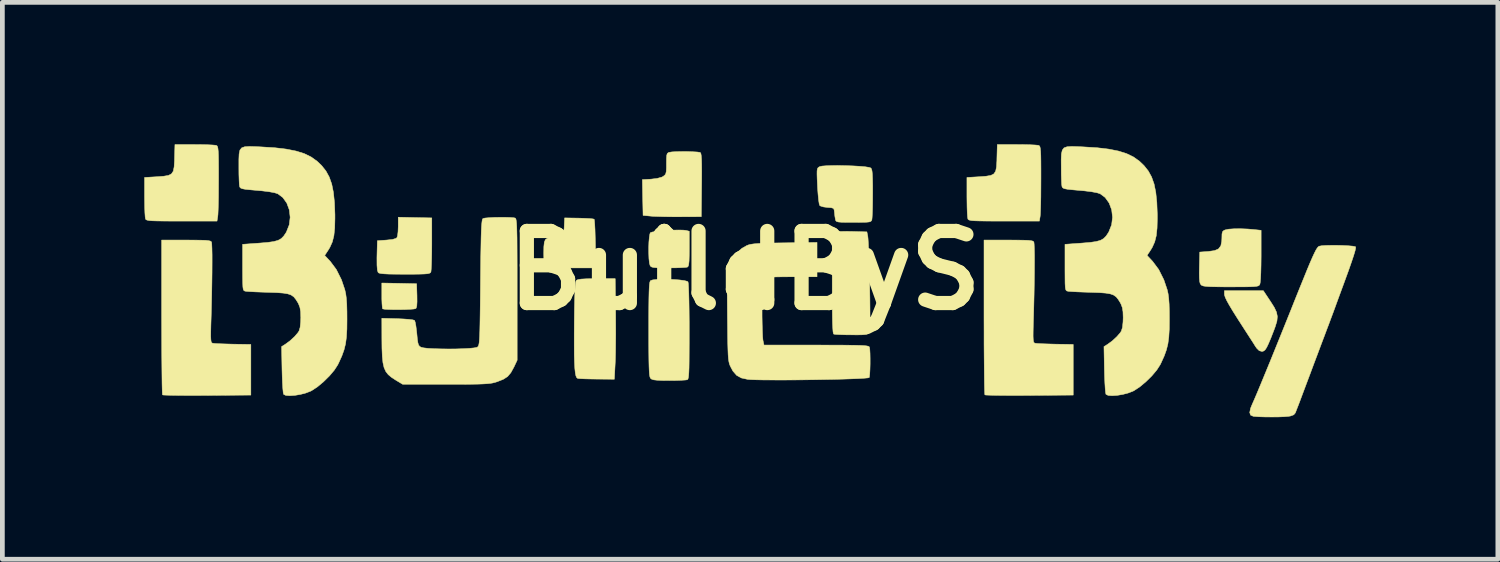
<source format=kicad_pcb>
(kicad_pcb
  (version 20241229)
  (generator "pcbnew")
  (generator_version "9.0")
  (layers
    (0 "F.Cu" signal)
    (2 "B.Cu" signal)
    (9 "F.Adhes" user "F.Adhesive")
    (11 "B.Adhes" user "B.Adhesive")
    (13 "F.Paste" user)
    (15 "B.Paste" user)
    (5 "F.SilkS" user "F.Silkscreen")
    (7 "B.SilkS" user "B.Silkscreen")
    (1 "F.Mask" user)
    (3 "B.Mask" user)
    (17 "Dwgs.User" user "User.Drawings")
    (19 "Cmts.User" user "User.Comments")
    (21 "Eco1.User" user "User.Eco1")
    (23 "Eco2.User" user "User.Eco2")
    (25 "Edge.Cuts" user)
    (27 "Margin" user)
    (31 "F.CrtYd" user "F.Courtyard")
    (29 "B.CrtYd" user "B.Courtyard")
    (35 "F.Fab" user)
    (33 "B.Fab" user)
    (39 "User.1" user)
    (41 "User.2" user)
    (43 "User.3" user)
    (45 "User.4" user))
  (footprint "BuildByS"
    (layer "F.Cu")
    (at 12.692 2.665)
    (property "Reference" "BuildByS" (at 0 0 0) (layer "F.SilkS") (effects (font (size 1.524 1.524) (thickness 0.3))))
    (attr through_hole)
    (fp_poly (pts (xy -7.306 0.273) (xy -6.938 0.281) (xy -6.93 0.533) (xy -6.929 0.664) (xy -6.934 0.749) (xy -6.947 0.795) (xy -6.957 0.806) (xy -6.996 0.815) (xy -7.074 0.821) (xy -7.179 0.826) (xy -7.297 0.828) (xy -7.416 0.828) (xy -7.524 0.825) (xy -7.606 0.821) (xy -7.652 0.813) (xy -7.656 0.811) (xy -7.663 0.778) (xy -7.669 0.704) (xy -7.673 0.602) (xy -7.673 0.53) (xy -7.673 0.266) (xy -7.306 0.273)) (stroke (width 0.01) (type solid)) (fill yes) (layer "F.SilkS"))
    (fp_poly (pts (xy 11.106 0.654) (xy 11.186 0.78) (xy 11.234 0.882) (xy 11.252 0.973) (xy 11.243 1.071) (xy 11.206 1.191) (xy 11.175 1.275) (xy 11.113 1.434) (xy 11.064 1.549) (xy 11.026 1.628) (xy 10.994 1.677) (xy 10.964 1.702) (xy 10.933 1.711) (xy 10.923 1.711) (xy 10.869 1.696) (xy 10.816 1.644) (xy 10.784 1.598) (xy 10.74 1.527) (xy 10.675 1.427) (xy 10.601 1.312) (xy 10.548 1.23) (xy 10.418 1.028) (xy 10.316 0.866) (xy 10.239 0.738) (xy 10.185 0.641) (xy 10.151 0.569) (xy 10.135 0.519) (xy 10.133 0.499) (xy 10.133 0.428) (xy 10.956 0.428) (xy 11.106 0.654)) (stroke (width 0.01) (type solid)) (fill yes) (layer "F.SilkS"))
    (fp_poly (pts (xy -3.506 -1.105) (xy -3.384 -1.101) (xy -3.282 -1.096) (xy -3.212 -1.089) (xy -3.186 -1.082) (xy -3.18 -1.051) (xy -3.174 -0.976) (xy -3.168 -0.864) (xy -3.164 -0.724) (xy -3.16 -0.565) (xy -3.16 -0.559) (xy -3.152 -0.053) (xy -3.684 -0.053) (xy -3.847 -0.054) (xy -3.992 -0.057) (xy -4.11 -0.06) (xy -4.193 -0.065) (xy -4.232 -0.07) (xy -4.233 -0.071) (xy -4.241 -0.104) (xy -4.247 -0.178) (xy -4.25 -0.281) (xy -4.251 -0.364) (xy -4.249 -0.502) (xy -4.239 -0.595) (xy -4.216 -0.652) (xy -4.173 -0.682) (xy -4.105 -0.694) (xy -4.031 -0.695) (xy -3.933 -0.702) (xy -3.871 -0.731) (xy -3.836 -0.789) (xy -3.82 -0.888) (xy -3.818 -0.936) (xy -3.81 -1.11) (xy -3.506 -1.105)) (stroke (width 0.01) (type solid)) (fill yes) (layer "F.SilkS"))
    (fp_poly (pts (xy -1.302 -0.852) (xy -1.247 -0.846) (xy -1.176 -0.828) (xy -1.176 -0.457) (xy -1.177 -0.306) (xy -1.18 -0.2) (xy -1.187 -0.132) (xy -1.197 -0.092) (xy -1.212 -0.073) (xy -1.219 -0.07) (xy -1.26 -0.064) (xy -1.344 -0.059) (xy -1.458 -0.055) (xy -1.592 -0.054) (xy -1.619 -0.053) (xy -1.764 -0.054) (xy -1.866 -0.057) (xy -1.932 -0.063) (xy -1.971 -0.073) (xy -1.994 -0.089) (xy -2.004 -0.105) (xy -2.018 -0.158) (xy -2.028 -0.248) (xy -2.032 -0.359) (xy -2.033 -0.481) (xy -2.029 -0.599) (xy -2.02 -0.7) (xy -2.008 -0.772) (xy -1.996 -0.799) (xy -1.955 -0.812) (xy -1.874 -0.825) (xy -1.765 -0.836) (xy -1.64 -0.845) (xy -1.513 -0.852) (xy -1.396 -0.854) (xy -1.302 -0.852)) (stroke (width 0.01) (type solid)) (fill yes) (layer "F.SilkS"))
    (fp_poly (pts (xy -6.972 -1.117) (xy -6.617 -1.11) (xy -6.617 -0.561) (xy -6.618 -0.393) (xy -6.621 -0.241) (xy -6.625 -0.114) (xy -6.63 -0.021) (xy -6.635 0.029) (xy -6.637 0.033) (xy -6.647 0.049) (xy -6.67 0.061) (xy -6.711 0.07) (xy -6.777 0.075) (xy -6.876 0.078) (xy -7.015 0.08) (xy -7.188 0.08) (xy -7.379 0.079) (xy -7.522 0.077) (xy -7.625 0.072) (xy -7.693 0.065) (xy -7.734 0.055) (xy -7.751 0.043) (xy -7.767 -0.006) (xy -7.775 -0.108) (xy -7.776 -0.263) (xy -7.775 -0.311) (xy -7.767 -0.628) (xy -7.572 -0.642) (xy -7.448 -0.655) (xy -7.375 -0.677) (xy -7.352 -0.695) (xy -7.339 -0.741) (xy -7.33 -0.822) (xy -7.326 -0.923) (xy -7.326 -0.93) (xy -7.326 -1.125) (xy -6.972 -1.117)) (stroke (width 0.01) (type solid)) (fill yes) (layer "F.SilkS"))
    (fp_poly (pts (xy -2.732 0.909) (xy -2.731 1.123) (xy -2.73 1.34) (xy -2.732 1.546) (xy -2.734 1.731) (xy -2.738 1.883) (xy -2.742 1.972) (xy -2.759 2.299) (xy -3.124 2.296) (xy -3.262 2.294) (xy -3.383 2.291) (xy -3.475 2.287) (xy -3.528 2.282) (xy -3.534 2.281) (xy -3.554 2.266) (xy -3.571 2.229) (xy -3.584 2.166) (xy -3.594 2.074) (xy -3.601 1.948) (xy -3.606 1.784) (xy -3.607 1.578) (xy -3.607 1.327) (xy -3.605 1.064) (xy -3.602 0.818) (xy -3.598 0.621) (xy -3.593 0.468) (xy -3.587 0.354) (xy -3.58 0.276) (xy -3.571 0.229) (xy -3.561 0.209) (xy -3.529 0.194) (xy -3.463 0.183) (xy -3.356 0.177) (xy -3.205 0.174) (xy -3.134 0.174) (xy -2.741 0.174) (xy -2.732 0.909)) (stroke (width 0.01) (type solid)) (fill yes) (layer "F.SilkS"))
    (fp_poly (pts (xy -1.215 -2.512) (xy -1.103 -2.508) (xy -1.011 -2.503) (xy -0.953 -2.495) (xy -0.942 -2.491) (xy -0.931 -2.472) (xy -0.923 -2.427) (xy -0.917 -2.351) (xy -0.914 -2.239) (xy -0.913 -2.085) (xy -0.914 -1.885) (xy -0.915 -1.803) (xy -0.922 -1.136) (xy -1.364 -1.134) (xy -1.528 -1.134) (xy -1.688 -1.136) (xy -1.83 -1.14) (xy -1.94 -1.144) (xy -1.979 -1.147) (xy -2.152 -1.163) (xy -2.16 -1.541) (xy -2.167 -1.919) (xy -1.984 -1.929) (xy -1.853 -1.945) (xy -1.756 -1.972) (xy -1.729 -1.986) (xy -1.694 -2.013) (xy -1.673 -2.043) (xy -1.662 -2.092) (xy -1.658 -2.171) (xy -1.658 -2.257) (xy -1.657 -2.366) (xy -1.652 -2.434) (xy -1.64 -2.471) (xy -1.619 -2.489) (xy -1.598 -2.496) (xy -1.54 -2.505) (xy -1.448 -2.51) (xy -1.335 -2.512) (xy -1.215 -2.512)) (stroke (width 0.01) (type solid)) (fill yes) (layer "F.SilkS"))
    (fp_poly (pts (xy 2.272 -0.823) (xy 2.578 -0.815) (xy 2.597 -0.722) (xy 2.602 -0.674) (xy 2.608 -0.579) (xy 2.614 -0.444) (xy 2.62 -0.277) (xy 2.626 -0.083) (xy 2.632 0.129) (xy 2.636 0.309) (xy 2.641 0.578) (xy 2.643 0.799) (xy 2.644 0.974) (xy 2.643 1.108) (xy 2.639 1.204) (xy 2.633 1.268) (xy 2.624 1.302) (xy 2.623 1.305) (xy 2.607 1.329) (xy 2.584 1.345) (xy 2.544 1.355) (xy 2.478 1.36) (xy 2.377 1.362) (xy 2.252 1.361) (xy 2.12 1.36) (xy 2.007 1.356) (xy 1.923 1.352) (xy 1.88 1.346) (xy 1.878 1.346) (xy 1.869 1.331) (xy 1.862 1.291) (xy 1.857 1.222) (xy 1.852 1.119) (xy 1.849 0.98) (xy 1.847 0.8) (xy 1.845 0.575) (xy 1.845 0.301) (xy 1.845 0.266) (xy 1.845 -0.801) (xy 1.905 -0.816) (xy 1.955 -0.821) (xy 2.045 -0.824) (xy 2.162 -0.825) (xy 2.272 -0.823)) (stroke (width 0.01) (type solid)) (fill yes) (layer "F.SilkS"))
    (fp_poly (pts (xy 10.63 -0.875) (xy 10.744 -0.865) (xy 10.909 -0.848) (xy 10.909 -0.302) (xy 10.907 -0.113) (xy 10.903 0.048) (xy 10.897 0.175) (xy 10.889 0.26) (xy 10.881 0.296) (xy 10.869 0.313) (xy 10.849 0.326) (xy 10.815 0.335) (xy 10.758 0.341) (xy 10.673 0.345) (xy 10.553 0.347) (xy 10.39 0.347) (xy 10.268 0.348) (xy 10.072 0.347) (xy 9.923 0.345) (xy 9.813 0.342) (xy 9.737 0.336) (xy 9.686 0.328) (xy 9.655 0.316) (xy 9.64 0.305) (xy 9.621 0.277) (xy 9.61 0.233) (xy 9.604 0.163) (xy 9.602 0.057) (xy 9.604 -0.063) (xy 9.612 -0.388) (xy 9.795 -0.401) (xy 9.924 -0.419) (xy 10.008 -0.455) (xy 10.057 -0.519) (xy 10.077 -0.617) (xy 10.08 -0.685) (xy 10.082 -0.771) (xy 10.094 -0.819) (xy 10.122 -0.845) (xy 10.148 -0.856) (xy 10.222 -0.872) (xy 10.336 -0.88) (xy 10.477 -0.881) (xy 10.63 -0.875)) (stroke (width 0.01) (type solid)) (fill yes) (layer "F.SilkS"))
    (fp_poly (pts (xy -11.484 -2.659) (xy -11.354 -2.656) (xy -11.251 -2.651) (xy -11.185 -2.645) (xy -11.169 -2.641) (xy -11.155 -2.632) (xy -11.144 -2.612) (xy -11.136 -2.576) (xy -11.13 -2.517) (xy -11.126 -2.43) (xy -11.124 -2.309) (xy -11.123 -2.146) (xy -11.123 -1.935) (xy -11.123 -1.933) (xy -11.124 -1.74) (xy -11.125 -1.56) (xy -11.128 -1.402) (xy -11.132 -1.273) (xy -11.136 -1.182) (xy -11.14 -1.143) (xy -11.156 -1.043) (xy -11.902 -1.043) (xy -12.122 -1.043) (xy -12.295 -1.044) (xy -12.426 -1.046) (xy -12.521 -1.049) (xy -12.587 -1.054) (xy -12.629 -1.062) (xy -12.653 -1.071) (xy -12.665 -1.084) (xy -12.667 -1.09) (xy -12.674 -1.132) (xy -12.68 -1.217) (xy -12.684 -1.334) (xy -12.686 -1.474) (xy -12.687 -1.551) (xy -12.687 -1.965) (xy -12.427 -1.98) (xy -12.283 -1.991) (xy -12.182 -2.008) (xy -12.118 -2.041) (xy -12.08 -2.098) (xy -12.062 -2.188) (xy -12.054 -2.319) (xy -12.053 -2.376) (xy -12.045 -2.66) (xy -11.631 -2.66) (xy -11.484 -2.659)) (stroke (width 0.01) (type solid)) (fill yes) (layer "F.SilkS"))
    (fp_poly (pts (xy 5.895 -2.659) (xy 6.025 -2.656) (xy 6.128 -2.651) (xy 6.194 -2.645) (xy 6.21 -2.641) (xy 6.224 -2.632) (xy 6.235 -2.612) (xy 6.243 -2.576) (xy 6.249 -2.517) (xy 6.253 -2.43) (xy 6.255 -2.309) (xy 6.256 -2.146) (xy 6.256 -1.935) (xy 6.256 -1.933) (xy 6.255 -1.74) (xy 6.254 -1.56) (xy 6.251 -1.402) (xy 6.247 -1.273) (xy 6.243 -1.182) (xy 6.239 -1.143) (xy 6.223 -1.043) (xy 5.477 -1.043) (xy 5.257 -1.043) (xy 5.084 -1.044) (xy 4.953 -1.046) (xy 4.858 -1.049) (xy 4.792 -1.054) (xy 4.75 -1.062) (xy 4.726 -1.071) (xy 4.714 -1.084) (xy 4.712 -1.09) (xy 4.705 -1.132) (xy 4.699 -1.217) (xy 4.695 -1.334) (xy 4.693 -1.474) (xy 4.692 -1.551) (xy 4.692 -1.965) (xy 4.952 -1.98) (xy 5.096 -1.991) (xy 5.197 -2.008) (xy 5.261 -2.041) (xy 5.299 -2.098) (xy 5.317 -2.188) (xy 5.325 -2.319) (xy 5.326 -2.376) (xy 5.334 -2.66) (xy 5.748 -2.66) (xy 5.895 -2.659)) (stroke (width 0.01) (type solid)) (fill yes) (layer "F.SilkS"))
    (fp_poly (pts (xy 5.753 -0.641) (xy 5.888 -0.639) (xy 5.984 -0.636) (xy 6.047 -0.629) (xy 6.084 -0.62) (xy 6.102 -0.607) (xy 6.107 -0.599) (xy 6.112 -0.556) (xy 6.116 -0.465) (xy 6.119 -0.332) (xy 6.119 -0.162) (xy 6.118 0.039) (xy 6.115 0.264) (xy 6.111 0.51) (xy 6.105 0.769) (xy 6.1 0.957) (xy 6.094 1.145) (xy 6.091 1.287) (xy 6.09 1.389) (xy 6.093 1.457) (xy 6.098 1.5) (xy 6.108 1.524) (xy 6.122 1.535) (xy 6.136 1.539) (xy 6.182 1.544) (xy 6.269 1.549) (xy 6.387 1.553) (xy 6.524 1.557) (xy 6.564 1.558) (xy 6.938 1.564) (xy 6.938 2.634) (xy 6.014 2.641) (xy 5.797 2.642) (xy 5.597 2.642) (xy 5.42 2.641) (xy 5.273 2.639) (xy 5.161 2.636) (xy 5.092 2.633) (xy 5.071 2.629) (xy 5.068 2.6) (xy 5.065 2.522) (xy 5.062 2.4) (xy 5.06 2.238) (xy 5.058 2.042) (xy 5.056 1.815) (xy 5.054 1.562) (xy 5.054 1.289) (xy 5.053 1) (xy 5.053 -0.642) (xy 5.572 -0.642) (xy 5.753 -0.641)) (stroke (width 0.01) (type solid)) (fill yes) (layer "F.SilkS"))
    (fp_poly (pts (xy -11.626 -0.641) (xy -11.491 -0.639) (xy -11.395 -0.636) (xy -11.332 -0.629) (xy -11.295 -0.62) (xy -11.277 -0.607) (xy -11.272 -0.599) (xy -11.267 -0.556) (xy -11.263 -0.465) (xy -11.26 -0.332) (xy -11.26 -0.162) (xy -11.261 0.039) (xy -11.264 0.264) (xy -11.268 0.51) (xy -11.274 0.769) (xy -11.279 0.957) (xy -11.285 1.145) (xy -11.288 1.287) (xy -11.289 1.389) (xy -11.286 1.457) (xy -11.281 1.5) (xy -11.271 1.524) (xy -11.257 1.535) (xy -11.243 1.539) (xy -11.197 1.544) (xy -11.11 1.549) (xy -10.992 1.553) (xy -10.855 1.557) (xy -10.815 1.558) (xy -10.441 1.564) (xy -10.441 2.634) (xy -11.365 2.641) (xy -11.582 2.642) (xy -11.782 2.642) (xy -11.959 2.641) (xy -12.106 2.639) (xy -12.218 2.636) (xy -12.287 2.633) (xy -12.308 2.629) (xy -12.311 2.6) (xy -12.314 2.522) (xy -12.317 2.4) (xy -12.319 2.238) (xy -12.321 2.042) (xy -12.323 1.815) (xy -12.324 1.562) (xy -12.325 1.289) (xy -12.326 1) (xy -12.326 0.985) (xy -12.326 -0.642) (xy -11.807 -0.642) (xy -11.626 -0.641)) (stroke (width 0.01) (type solid)) (fill yes) (layer "F.SilkS"))
    (fp_poly (pts (xy -1.627 0.187) (xy -1.499 0.192) (xy -1.38 0.201) (xy -1.283 0.214) (xy -1.22 0.23) (xy -1.203 0.241) (xy -1.196 0.277) (xy -1.191 0.362) (xy -1.186 0.49) (xy -1.182 0.656) (xy -1.179 0.857) (xy -1.177 1.085) (xy -1.177 1.287) (xy -1.177 1.548) (xy -1.178 1.76) (xy -1.179 1.929) (xy -1.181 2.06) (xy -1.185 2.156) (xy -1.19 2.225) (xy -1.196 2.269) (xy -1.204 2.295) (xy -1.215 2.308) (xy -1.219 2.31) (xy -1.26 2.316) (xy -1.344 2.321) (xy -1.458 2.325) (xy -1.59 2.326) (xy -1.604 2.326) (xy -1.754 2.325) (xy -1.858 2.32) (xy -1.928 2.312) (xy -1.97 2.298) (xy -1.99 2.284) (xy -2.001 2.268) (xy -2.01 2.239) (xy -2.017 2.194) (xy -2.022 2.126) (xy -2.026 2.031) (xy -2.029 1.904) (xy -2.031 1.739) (xy -2.032 1.531) (xy -2.032 1.276) (xy -2.032 1.245) (xy -2.032 0.982) (xy -2.031 0.768) (xy -2.029 0.597) (xy -2.026 0.465) (xy -2.022 0.367) (xy -2.017 0.298) (xy -2.01 0.252) (xy -2.001 0.226) (xy -1.993 0.215) (xy -1.948 0.2) (xy -1.864 0.191) (xy -1.753 0.187) (xy -1.627 0.187)) (stroke (width 0.01) (type solid)) (fill yes) (layer "F.SilkS"))
    (fp_poly (pts (xy 2.134 -2.214) (xy 2.284 -2.209) (xy 2.422 -2.201) (xy 2.539 -2.191) (xy 2.622 -2.178) (xy 2.661 -2.165) (xy 2.675 -2.144) (xy 2.686 -2.104) (xy 2.693 -2.038) (xy 2.697 -1.938) (xy 2.7 -1.798) (xy 2.7 -1.634) (xy 2.699 -1.473) (xy 2.697 -1.326) (xy 2.693 -1.205) (xy 2.688 -1.118) (xy 2.684 -1.076) (xy 2.675 -1.052) (xy 2.659 -1.036) (xy 2.627 -1.025) (xy 2.569 -1.019) (xy 2.478 -1.017) (xy 2.345 -1.016) (xy 2.297 -1.016) (xy 2.15 -1.016) (xy 2.047 -1.018) (xy 1.981 -1.023) (xy 1.943 -1.032) (xy 1.923 -1.047) (xy 1.915 -1.068) (xy 1.913 -1.076) (xy 1.901 -1.146) (xy 1.892 -1.229) (xy 1.892 -1.23) (xy 1.885 -1.285) (xy 1.867 -1.313) (xy 1.822 -1.326) (xy 1.747 -1.331) (xy 1.662 -1.342) (xy 1.599 -1.361) (xy 1.58 -1.374) (xy 1.569 -1.412) (xy 1.557 -1.492) (xy 1.546 -1.605) (xy 1.536 -1.739) (xy 1.534 -1.784) (xy 1.527 -1.932) (xy 1.524 -2.036) (xy 1.525 -2.104) (xy 1.532 -2.146) (xy 1.545 -2.17) (xy 1.566 -2.186) (xy 1.579 -2.193) (xy 1.628 -2.205) (xy 1.719 -2.212) (xy 1.841 -2.216) (xy 1.983 -2.217) (xy 2.134 -2.214)) (stroke (width 0.01) (type solid)) (fill yes) (layer "F.SilkS"))
    (fp_poly (pts (xy 12.516 -0.53) (xy 12.641 -0.527) (xy 12.755 -0.521) (xy 12.845 -0.513) (xy 12.897 -0.503) (xy 12.905 -0.499) (xy 12.907 -0.475) (xy 12.895 -0.417) (xy 12.867 -0.323) (xy 12.823 -0.19) (xy 12.762 -0.015) (xy 12.682 0.205) (xy 12.62 0.374) (xy 12.572 0.504) (xy 12.522 0.64) (xy 12.479 0.758) (xy 12.473 0.775) (xy 12.436 0.876) (xy 12.387 1.007) (xy 12.335 1.147) (xy 12.303 1.23) (xy 12.247 1.38) (xy 12.184 1.546) (xy 12.126 1.701) (xy 12.102 1.765) (xy 12.031 1.953) (xy 11.949 2.173) (xy 11.862 2.404) (xy 11.778 2.628) (xy 11.721 2.781) (xy 11.684 2.877) (xy 11.651 2.961) (xy 11.632 3.011) (xy 11.598 3.051) (xy 11.531 3.076) (xy 11.482 3.084) (xy 11.396 3.091) (xy 11.274 3.096) (xy 11.133 3.097) (xy 10.99 3.096) (xy 10.862 3.092) (xy 10.764 3.085) (xy 10.742 3.082) (xy 10.686 3.057) (xy 10.668 3.002) (xy 10.686 2.913) (xy 10.721 2.828) (xy 10.764 2.731) (xy 10.826 2.586) (xy 10.905 2.396) (xy 11.001 2.163) (xy 11.114 1.888) (xy 11.241 1.574) (xy 11.383 1.223) (xy 11.538 0.838) (xy 11.609 0.659) (xy 11.718 0.388) (xy 11.81 0.162) (xy 11.885 -0.023) (xy 11.947 -0.171) (xy 11.997 -0.285) (xy 12.037 -0.371) (xy 12.068 -0.432) (xy 12.094 -0.473) (xy 12.115 -0.498) (xy 12.133 -0.511) (xy 12.137 -0.512) (xy 12.188 -0.522) (xy 12.277 -0.528) (xy 12.39 -0.53) (xy 12.516 -0.53)) (stroke (width 0.01) (type solid)) (fill yes) (layer "F.SilkS"))
    (fp_poly (pts (xy 1.524 0.134) (xy 0.994 0.134) (xy 0.801 0.135) (xy 0.654 0.137) (xy 0.547 0.143) (xy 0.475 0.151) (xy 0.43 0.162) (xy 0.414 0.171) (xy 0.397 0.187) (xy 0.384 0.21) (xy 0.375 0.248) (xy 0.369 0.309) (xy 0.365 0.398) (xy 0.363 0.523) (xy 0.362 0.691) (xy 0.362 0.793) (xy 0.362 0.971) (xy 0.365 1.136) (xy 0.369 1.28) (xy 0.374 1.393) (xy 0.38 1.464) (xy 0.382 1.477) (xy 0.403 1.577) (xy 1.509 1.577) (xy 1.783 1.578) (xy 2.009 1.578) (xy 2.191 1.58) (xy 2.334 1.582) (xy 2.442 1.585) (xy 2.52 1.589) (xy 2.573 1.595) (xy 2.607 1.602) (xy 2.624 1.611) (xy 2.631 1.62) (xy 2.639 1.667) (xy 2.644 1.752) (xy 2.646 1.859) (xy 2.646 1.977) (xy 2.643 2.09) (xy 2.638 2.185) (xy 2.631 2.248) (xy 2.626 2.264) (xy 2.596 2.271) (xy 2.518 2.278) (xy 2.4 2.285) (xy 2.248 2.291) (xy 2.067 2.297) (xy 1.865 2.302) (xy 1.648 2.306) (xy 1.421 2.31) (xy 1.193 2.313) (xy 0.967 2.315) (xy 0.753 2.316) (xy 0.554 2.315) (xy 0.379 2.314) (xy 0.233 2.311) (xy 0.122 2.307) (xy 0.059 2.302) (xy -0.076 2.272) (xy -0.175 2.217) (xy -0.254 2.126) (xy -0.304 2.032) (xy -0.319 1.999) (xy -0.331 1.963) (xy -0.34 1.92) (xy -0.348 1.864) (xy -0.354 1.788) (xy -0.358 1.687) (xy -0.362 1.556) (xy -0.365 1.389) (xy -0.367 1.181) (xy -0.37 0.925) (xy -0.37 0.905) (xy -0.379 -0.101) (xy -0.313 -0.204) (xy -0.197 -0.351) (xy -0.063 -0.467) (xy 0.04 -0.526) (xy 0.08 -0.541) (xy 0.129 -0.553) (xy 0.195 -0.562) (xy 0.284 -0.569) (xy 0.403 -0.575) (xy 0.56 -0.579) (xy 0.761 -0.582) (xy 0.836 -0.583) (xy 1.524 -0.592) (xy 1.524 0.134)) (stroke (width 0.01) (type solid)) (fill yes) (layer "F.SilkS"))
    (fp_poly (pts (xy -5.064 -1.122) (xy -4.96 -1.119) (xy -4.883 -1.113) (xy -4.855 -1.107) (xy -4.846 -1.099) (xy -4.838 -1.081) (xy -4.832 -1.048) (xy -4.826 -0.996) (xy -4.822 -0.921) (xy -4.819 -0.82) (xy -4.816 -0.687) (xy -4.815 -0.52) (xy -4.814 -0.313) (xy -4.813 -0.063) (xy -4.813 0.234) (xy -4.813 0.403) (xy -4.813 1.897) (xy -4.881 2.042) (xy -4.946 2.16) (xy -5.015 2.242) (xy -5.107 2.301) (xy -5.233 2.351) (xy -5.281 2.366) (xy -5.329 2.378) (xy -5.384 2.387) (xy -5.452 2.394) (xy -5.539 2.399) (xy -5.653 2.403) (xy -5.798 2.405) (xy -5.981 2.406) (xy -6.209 2.406) (xy -6.316 2.406) (xy -7.232 2.406) (xy -7.377 2.319) (xy -7.466 2.261) (xy -7.536 2.203) (xy -7.588 2.137) (xy -7.625 2.055) (xy -7.649 1.951) (xy -7.663 1.815) (xy -7.67 1.642) (xy -7.672 1.434) (xy -7.673 1.011) (xy -7.341 1.02) (xy -7.211 1.026) (xy -7.101 1.034) (xy -7.021 1.044) (xy -6.982 1.055) (xy -6.982 1.056) (xy -6.968 1.093) (xy -6.953 1.17) (xy -6.94 1.274) (xy -6.933 1.336) (xy -6.922 1.455) (xy -6.91 1.532) (xy -6.895 1.579) (xy -6.872 1.606) (xy -6.845 1.623) (xy -6.791 1.636) (xy -6.696 1.647) (xy -6.57 1.654) (xy -6.422 1.658) (xy -6.264 1.66) (xy -6.104 1.659) (xy -5.955 1.654) (xy -5.824 1.647) (xy -5.724 1.637) (xy -5.663 1.625) (xy -5.653 1.62) (xy -5.641 1.609) (xy -5.632 1.594) (xy -5.623 1.568) (xy -5.616 1.528) (xy -5.611 1.47) (xy -5.606 1.388) (xy -5.602 1.278) (xy -5.599 1.136) (xy -5.596 0.957) (xy -5.593 0.737) (xy -5.59 0.471) (xy -5.588 0.255) (xy -5.585 -0.05) (xy -5.582 -0.306) (xy -5.578 -0.517) (xy -5.575 -0.688) (xy -5.571 -0.822) (xy -5.566 -0.923) (xy -5.56 -0.997) (xy -5.554 -1.048) (xy -5.547 -1.078) (xy -5.538 -1.094) (xy -5.535 -1.097) (xy -5.493 -1.107) (xy -5.411 -1.114) (xy -5.304 -1.12) (xy -5.184 -1.122) (xy -5.064 -1.122)) (stroke (width 0.01) (type solid)) (fill yes) (layer "F.SilkS"))
    (fp_poly (pts (xy -10.33 -2.616) (xy -10.228 -2.611) (xy -9.936 -2.593) (xy -9.691 -2.564) (xy -9.485 -2.523) (xy -9.312 -2.469) (xy -9.167 -2.398) (xy -9.041 -2.308) (xy -8.945 -2.216) (xy -8.855 -2.103) (xy -8.785 -1.976) (xy -8.732 -1.827) (xy -8.696 -1.65) (xy -8.674 -1.437) (xy -8.664 -1.181) (xy -8.664 -1.094) (xy -8.669 -0.894) (xy -8.686 -0.734) (xy -8.719 -0.603) (xy -8.771 -0.487) (xy -8.81 -0.423) (xy -8.88 -0.317) (xy -8.763 -0.192) (xy -8.634 -0.019) (xy -8.526 0.197) (xy -8.455 0.407) (xy -8.436 0.491) (xy -8.423 0.589) (xy -8.414 0.712) (xy -8.41 0.87) (xy -8.409 1.029) (xy -8.411 1.239) (xy -8.421 1.409) (xy -8.44 1.551) (xy -8.472 1.68) (xy -8.518 1.808) (xy -8.582 1.949) (xy -8.603 1.992) (xy -8.675 2.104) (xy -8.78 2.229) (xy -8.905 2.352) (xy -9.034 2.46) (xy -9.156 2.54) (xy -9.177 2.551) (xy -9.278 2.59) (xy -9.393 2.62) (xy -9.511 2.64) (xy -9.618 2.647) (xy -9.701 2.641) (xy -9.747 2.619) (xy -9.748 2.617) (xy -9.757 2.579) (xy -9.765 2.498) (xy -9.772 2.381) (xy -9.778 2.239) (xy -9.782 2.094) (xy -9.791 1.609) (xy -9.715 1.562) (xy -9.613 1.487) (xy -9.516 1.398) (xy -9.443 1.312) (xy -9.422 1.278) (xy -9.4 1.204) (xy -9.388 1.089) (xy -9.385 0.997) (xy -9.389 0.874) (xy -9.403 0.786) (xy -9.43 0.714) (xy -9.445 0.684) (xy -9.49 0.612) (xy -9.534 0.558) (xy -9.588 0.52) (xy -9.659 0.495) (xy -9.756 0.479) (xy -9.889 0.469) (xy -10.067 0.463) (xy -10.07 0.463) (xy -10.22 0.458) (xy -10.354 0.453) (xy -10.463 0.447) (xy -10.534 0.442) (xy -10.554 0.439) (xy -10.576 0.433) (xy -10.591 0.421) (xy -10.602 0.395) (xy -10.609 0.348) (xy -10.612 0.272) (xy -10.614 0.16) (xy -10.615 0.005) (xy -10.615 -0.063) (xy -10.615 -0.552) (xy -10.254 -0.578) (xy -10.085 -0.592) (xy -9.959 -0.61) (xy -9.867 -0.635) (xy -9.8 -0.672) (xy -9.747 -0.725) (xy -9.698 -0.797) (xy -9.688 -0.816) (xy -9.629 -0.965) (xy -9.61 -1.123) (xy -9.628 -1.28) (xy -9.681 -1.423) (xy -9.766 -1.542) (xy -9.871 -1.62) (xy -9.939 -1.642) (xy -10.053 -1.663) (xy -10.205 -1.682) (xy -10.308 -1.691) (xy -10.453 -1.704) (xy -10.553 -1.714) (xy -10.617 -1.726) (xy -10.654 -1.74) (xy -10.672 -1.758) (xy -10.679 -1.776) (xy -10.685 -1.823) (xy -10.689 -1.911) (xy -10.693 -2.029) (xy -10.694 -2.164) (xy -10.694 -2.184) (xy -10.694 -2.345) (xy -10.689 -2.462) (xy -10.672 -2.542) (xy -10.635 -2.59) (xy -10.57 -2.614) (xy -10.471 -2.62) (xy -10.33 -2.616)) (stroke (width 0.01) (type solid)) (fill yes) (layer "F.SilkS"))
    (fp_poly (pts (xy 7.049 -2.616) (xy 7.151 -2.611) (xy 7.443 -2.593) (xy 7.688 -2.564) (xy 7.894 -2.523) (xy 8.066 -2.469) (xy 8.212 -2.398) (xy 8.338 -2.308) (xy 8.434 -2.216) (xy 8.524 -2.103) (xy 8.594 -1.976) (xy 8.647 -1.827) (xy 8.683 -1.65) (xy 8.705 -1.437) (xy 8.715 -1.181) (xy 8.715 -1.094) (xy 8.71 -0.894) (xy 8.693 -0.734) (xy 8.66 -0.603) (xy 8.608 -0.487) (xy 8.569 -0.423) (xy 8.499 -0.317) (xy 8.616 -0.192) (xy 8.745 -0.019) (xy 8.853 0.197) (xy 8.924 0.407) (xy 8.943 0.491) (xy 8.956 0.589) (xy 8.965 0.712) (xy 8.969 0.87) (xy 8.97 1.029) (xy 8.968 1.239) (xy 8.958 1.409) (xy 8.939 1.551) (xy 8.907 1.68) (xy 8.861 1.808) (xy 8.797 1.949) (xy 8.776 1.992) (xy 8.704 2.104) (xy 8.599 2.229) (xy 8.474 2.352) (xy 8.345 2.46) (xy 8.223 2.54) (xy 8.202 2.551) (xy 8.101 2.59) (xy 7.986 2.62) (xy 7.868 2.64) (xy 7.761 2.647) (xy 7.678 2.641) (xy 7.632 2.619) (xy 7.63 2.617) (xy 7.622 2.579) (xy 7.614 2.498) (xy 7.607 2.381) (xy 7.601 2.239) (xy 7.597 2.094) (xy 7.588 1.609) (xy 7.664 1.562) (xy 7.766 1.487) (xy 7.862 1.398) (xy 7.936 1.312) (xy 7.956 1.278) (xy 7.979 1.204) (xy 7.991 1.089) (xy 7.994 0.997) (xy 7.99 0.874) (xy 7.976 0.786) (xy 7.949 0.714) (xy 7.934 0.684) (xy 7.889 0.612) (xy 7.845 0.558) (xy 7.791 0.52) (xy 7.72 0.495) (xy 7.623 0.479) (xy 7.49 0.469) (xy 7.312 0.463) (xy 7.309 0.463) (xy 7.159 0.458) (xy 7.025 0.453) (xy 6.916 0.447) (xy 6.845 0.442) (xy 6.825 0.439) (xy 6.803 0.433) (xy 6.788 0.421) (xy 6.777 0.395) (xy 6.77 0.348) (xy 6.766 0.272) (xy 6.765 0.16) (xy 6.764 0.005) (xy 6.764 -0.063) (xy 6.764 -0.552) (xy 7.125 -0.578) (xy 7.294 -0.592) (xy 7.42 -0.61) (xy 7.512 -0.635) (xy 7.579 -0.672) (xy 7.632 -0.725) (xy 7.68 -0.797) (xy 7.691 -0.816) (xy 7.75 -0.965) (xy 7.769 -1.123) (xy 7.751 -1.28) (xy 7.698 -1.423) (xy 7.613 -1.542) (xy 7.508 -1.62) (xy 7.44 -1.642) (xy 7.326 -1.663) (xy 7.174 -1.682) (xy 7.07 -1.691) (xy 6.926 -1.704) (xy 6.826 -1.714) (xy 6.762 -1.726) (xy 6.725 -1.74) (xy 6.707 -1.758) (xy 6.7 -1.776) (xy 6.694 -1.823) (xy 6.69 -1.911) (xy 6.686 -2.029) (xy 6.685 -2.164) (xy 6.685 -2.184) (xy 6.684 -2.345) (xy 6.689 -2.462) (xy 6.707 -2.542) (xy 6.744 -2.59) (xy 6.809 -2.614) (xy 6.908 -2.62) (xy 7.049 -2.616)) (stroke (width 0.01) (type solid)) (fill yes) (layer "F.SilkS")))
  (gr_rect
    (start -3 -3)
    (end 28.604 8.768)
    (stroke (width 0.1) (type default))
    (fill no)
    (layer "Edge.Cuts")))
</source>
